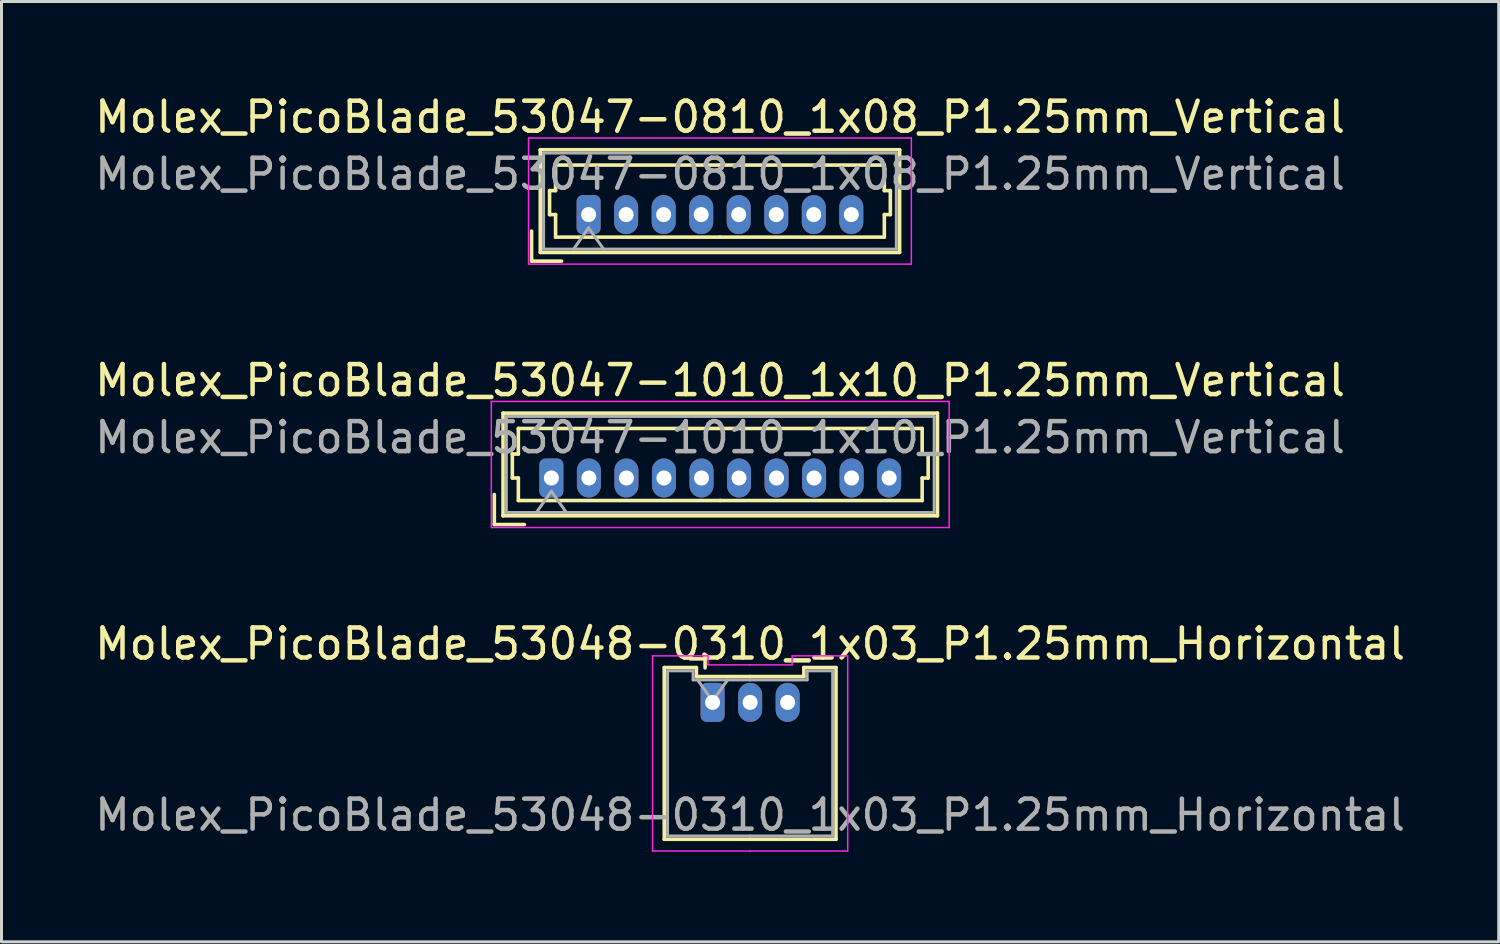
<source format=kicad_pcb>
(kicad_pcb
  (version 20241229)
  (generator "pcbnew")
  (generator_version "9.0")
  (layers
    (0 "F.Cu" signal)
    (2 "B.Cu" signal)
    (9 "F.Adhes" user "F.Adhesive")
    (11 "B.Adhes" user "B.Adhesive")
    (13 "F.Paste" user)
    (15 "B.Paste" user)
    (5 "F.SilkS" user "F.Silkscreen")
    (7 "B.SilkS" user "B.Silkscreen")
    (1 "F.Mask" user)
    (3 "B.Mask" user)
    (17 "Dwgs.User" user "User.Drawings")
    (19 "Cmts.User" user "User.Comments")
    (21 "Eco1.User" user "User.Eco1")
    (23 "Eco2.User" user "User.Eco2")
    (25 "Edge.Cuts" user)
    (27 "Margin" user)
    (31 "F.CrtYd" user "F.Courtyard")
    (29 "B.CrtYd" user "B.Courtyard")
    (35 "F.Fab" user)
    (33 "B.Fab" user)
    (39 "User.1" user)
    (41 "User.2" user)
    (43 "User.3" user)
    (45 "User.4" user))
  (footprint "Molex_PicoBlade_53047-0810_1x08_P1.25mm_Vertical"
    (layer "F.Cu")
    (at 16.555 4.098)
    (property "Reference" "Molex_PicoBlade_53047-0810_1x08_P1.25mm_Vertical" (at 4.38 -3.25 0) (layer "F.SilkS") (effects (font (size 1 1) (thickness 0.15))))
    (attr through_hole)
    (fp_line (start -1.9 1.55) (end -1.9 0.55) (stroke (width 0.12) (type solid)) (layer "F.SilkS"))
    (fp_line (start -1.9 1.55) (end -0.9 1.55) (stroke (width 0.12) (type solid)) (layer "F.SilkS"))
    (fp_line (start -1.61 -2.16) (end -1.61 1.26) (stroke (width 0.12) (type solid)) (layer "F.SilkS"))
    (fp_line (start -1.61 1.26) (end 10.36 1.26) (stroke (width 0.12) (type solid)) (layer "F.SilkS"))
    (fp_line (start -1.3 -0.8) (end -1.1 -0.8) (stroke (width 0.12) (type solid)) (layer "F.SilkS"))
    (fp_line (start -1.3 0) (end -1.3 -0.8) (stroke (width 0.12) (type solid)) (layer "F.SilkS"))
    (fp_line (start -1.1 -1.65) (end 4.375 -1.65) (stroke (width 0.12) (type solid)) (layer "F.SilkS"))
    (fp_line (start -1.1 -0.8) (end -1.1 -1.65) (stroke (width 0.12) (type solid)) (layer "F.SilkS"))
    (fp_line (start -1.1 0) (end -1.3 0) (stroke (width 0.12) (type solid)) (layer "F.SilkS"))
    (fp_line (start -1.1 0.75) (end -1.1 0) (stroke (width 0.12) (type solid)) (layer "F.SilkS"))
    (fp_line (start 4.375 0.75) (end -1.1 0.75) (stroke (width 0.12) (type solid)) (layer "F.SilkS"))
    (fp_line (start 4.375 0.75) (end 9.85 0.75) (stroke (width 0.12) (type solid)) (layer "F.SilkS"))
    (fp_line (start 9.85 -1.65) (end 4.375 -1.65) (stroke (width 0.12) (type solid)) (layer "F.SilkS"))
    (fp_line (start 9.85 -0.8) (end 9.85 -1.65) (stroke (width 0.12) (type solid)) (layer "F.SilkS"))
    (fp_line (start 9.85 0) (end 10.05 0) (stroke (width 0.12) (type solid)) (layer "F.SilkS"))
    (fp_line (start 9.85 0.75) (end 9.85 0) (stroke (width 0.12) (type solid)) (layer "F.SilkS"))
    (fp_line (start 10.05 -0.8) (end 9.85 -0.8) (stroke (width 0.12) (type solid)) (layer "F.SilkS"))
    (fp_line (start 10.05 0) (end 10.05 -0.8) (stroke (width 0.12) (type solid)) (layer "F.SilkS"))
    (fp_line (start 10.36 -2.16) (end -1.61 -2.16) (stroke (width 0.12) (type solid)) (layer "F.SilkS"))
    (fp_line (start 10.36 1.26) (end 10.36 -2.16) (stroke (width 0.12) (type solid)) (layer "F.SilkS"))
    (fp_line (start -2 -2.55) (end -2 1.65) (stroke (width 0.05) (type solid)) (layer "F.CrtYd"))
    (fp_line (start -2 1.65) (end 10.75 1.65) (stroke (width 0.05) (type solid)) (layer "F.CrtYd"))
    (fp_line (start 10.75 -2.55) (end -2 -2.55) (stroke (width 0.05) (type solid)) (layer "F.CrtYd"))
    (fp_line (start 10.75 1.65) (end 10.75 -2.55) (stroke (width 0.05) (type solid)) (layer "F.CrtYd"))
    (fp_line (start -1.5 -2.05) (end -1.5 1.15) (stroke (width 0.1) (type solid)) (layer "F.Fab"))
    (fp_line (start -1.5 1.15) (end 10.25 1.15) (stroke (width 0.1) (type solid)) (layer "F.Fab"))
    (fp_line (start -0.5 1.15) (end 0 0.443) (stroke (width 0.1) (type solid)) (layer "F.Fab"))
    (fp_line (start 0 0.443) (end 0.5 1.15) (stroke (width 0.1) (type solid)) (layer "F.Fab"))
    (fp_line (start 10.25 -2.05) (end -1.5 -2.05) (stroke (width 0.1) (type solid)) (layer "F.Fab"))
    (fp_line (start 10.25 1.15) (end 10.25 -2.05) (stroke (width 0.1) (type solid)) (layer "F.Fab"))
    (fp_text user "${REFERENCE}" (at 4.38 -1.35 0) (layer "F.Fab") (effects (font (size 1 1) (thickness 0.15))))
    (pad "1" thru_hole roundrect (at 0 0) (size 0.8 1.3) (drill 0.5) (layers "*.Cu" "*.Mask") (roundrect_rratio 0.25))
    (pad "2" thru_hole oval (at 1.25 0) (size 0.8 1.3) (drill 0.5) (layers "*.Cu" "*.Mask"))
    (pad "3" thru_hole oval (at 2.5 0) (size 0.8 1.3) (drill 0.5) (layers "*.Cu" "*.Mask"))
    (pad "4" thru_hole oval (at 3.75 0) (size 0.8 1.3) (drill 0.5) (layers "*.Cu" "*.Mask"))
    (pad "5" thru_hole oval (at 5 0) (size 0.8 1.3) (drill 0.5) (layers "*.Cu" "*.Mask"))
    (pad "6" thru_hole oval (at 6.25 0) (size 0.8 1.3) (drill 0.5) (layers "*.Cu" "*.Mask"))
    (pad "7" thru_hole oval (at 7.5 0) (size 0.8 1.3) (drill 0.5) (layers "*.Cu" "*.Mask"))
    (pad "8" thru_hole oval (at 8.75 0) (size 0.8 1.3) (drill 0.5) (layers "*.Cu" "*.Mask")))
  (footprint "Molex_PicoBlade_53048-0310_1x03_P1.25mm_Horizontal"
    (layer "F.Cu")
    (at 20.685 20.345)
    (property "Reference" "Molex_PicoBlade_53048-0310_1x03_P1.25mm_Horizontal" (at 1.25 -1.95 0) (layer "F.SilkS") (effects (font (size 1 1) (thickness 0.15))))
    (attr through_hole)
    (fp_line (start -1.61 -1.16) (end -1.61 4.56) (stroke (width 0.12) (type solid)) (layer "F.SilkS"))
    (fp_line (start -1.61 4.56) (end 1.25 4.56) (stroke (width 0.12) (type solid)) (layer "F.SilkS"))
    (fp_line (start -0.54 -1.16) (end -1.61 -1.16) (stroke (width 0.12) (type solid)) (layer "F.SilkS"))
    (fp_line (start -0.54 -0.86) (end -0.54 -1.16) (stroke (width 0.12) (type solid)) (layer "F.SilkS"))
    (fp_line (start -0.25 -1.45) (end -0.75 -1.45) (stroke (width 0.12) (type solid)) (layer "F.SilkS"))
    (fp_line (start -0.25 -1.15) (end -0.25 -1.45) (stroke (width 0.12) (type solid)) (layer "F.SilkS"))
    (fp_line (start 1.25 -0.86) (end -0.54 -0.86) (stroke (width 0.12) (type solid)) (layer "F.SilkS"))
    (fp_line (start 1.25 -0.86) (end 3.04 -0.86) (stroke (width 0.12) (type solid)) (layer "F.SilkS"))
    (fp_line (start 3.04 -1.16) (end 4.11 -1.16) (stroke (width 0.12) (type solid)) (layer "F.SilkS"))
    (fp_line (start 3.04 -0.86) (end 3.04 -1.16) (stroke (width 0.12) (type solid)) (layer "F.SilkS"))
    (fp_line (start 4.11 -1.16) (end 4.11 4.56) (stroke (width 0.12) (type solid)) (layer "F.SilkS"))
    (fp_line (start 4.11 4.56) (end 1.25 4.56) (stroke (width 0.12) (type solid)) (layer "F.SilkS"))
    (fp_line (start -2 -1.55) (end -2 4.95) (stroke (width 0.05) (type solid)) (layer "F.CrtYd"))
    (fp_line (start -2 4.95) (end 1.25 4.95) (stroke (width 0.05) (type solid)) (layer "F.CrtYd"))
    (fp_line (start -0.15 -1.55) (end -2 -1.55) (stroke (width 0.05) (type solid)) (layer "F.CrtYd"))
    (fp_line (start -0.15 -1.25) (end -0.15 -1.55) (stroke (width 0.05) (type solid)) (layer "F.CrtYd"))
    (fp_line (start 1.25 -1.25) (end -0.15 -1.25) (stroke (width 0.05) (type solid)) (layer "F.CrtYd"))
    (fp_line (start 1.25 -1.25) (end 2.65 -1.25) (stroke (width 0.05) (type solid)) (layer "F.CrtYd"))
    (fp_line (start 2.65 -1.55) (end 4.5 -1.55) (stroke (width 0.05) (type solid)) (layer "F.CrtYd"))
    (fp_line (start 2.65 -1.25) (end 2.65 -1.55) (stroke (width 0.05) (type solid)) (layer "F.CrtYd"))
    (fp_line (start 4.5 -1.55) (end 4.5 4.95) (stroke (width 0.05) (type solid)) (layer "F.CrtYd"))
    (fp_line (start 4.5 4.95) (end 1.25 4.95) (stroke (width 0.05) (type solid)) (layer "F.CrtYd"))
    (fp_line (start -1.5 -1.05) (end -1.5 4.45) (stroke (width 0.1) (type solid)) (layer "F.Fab"))
    (fp_line (start -1.5 4.45) (end 1.25 4.45) (stroke (width 0.1) (type solid)) (layer "F.Fab"))
    (fp_line (start -0.65 -1.05) (end -1.5 -1.05) (stroke (width 0.1) (type solid)) (layer "F.Fab"))
    (fp_line (start -0.65 -0.75) (end -0.65 -1.05) (stroke (width 0.1) (type solid)) (layer "F.Fab"))
    (fp_line (start -0.5 -0.75) (end 0 -0.043) (stroke (width 0.1) (type solid)) (layer "F.Fab"))
    (fp_line (start 0 -0.043) (end 0.5 -0.75) (stroke (width 0.1) (type solid)) (layer "F.Fab"))
    (fp_line (start 1.25 -0.75) (end -0.65 -0.75) (stroke (width 0.1) (type solid)) (layer "F.Fab"))
    (fp_line (start 1.25 -0.75) (end 3.15 -0.75) (stroke (width 0.1) (type solid)) (layer "F.Fab"))
    (fp_line (start 3.15 -1.05) (end 4 -1.05) (stroke (width 0.1) (type solid)) (layer "F.Fab"))
    (fp_line (start 3.15 -0.75) (end 3.15 -1.05) (stroke (width 0.1) (type solid)) (layer "F.Fab"))
    (fp_line (start 4 -1.05) (end 4 4.45) (stroke (width 0.1) (type solid)) (layer "F.Fab"))
    (fp_line (start 4 4.45) (end 1.25 4.45) (stroke (width 0.1) (type solid)) (layer "F.Fab"))
    (fp_text user "${REFERENCE}" (at 1.25 3.75 0) (layer "F.Fab") (effects (font (size 1 1) (thickness 0.15))))
    (pad "1" thru_hole roundrect (at 0 0) (size 0.8 1.3) (drill 0.5) (layers "*.Cu" "*.Mask") (roundrect_rratio 0.25))
    (pad "2" thru_hole oval (at 1.25 0) (size 0.8 1.3) (drill 0.5) (layers "*.Cu" "*.Mask"))
    (pad "3" thru_hole oval (at 2.5 0) (size 0.8 1.3) (drill 0.5) (layers "*.Cu" "*.Mask")))
  (footprint "Molex_PicoBlade_53047-1010_1x10_P1.25mm_Vertical"
    (layer "F.Cu")
    (at 15.315 12.871)
    (property "Reference" "Molex_PicoBlade_53047-1010_1x10_P1.25mm_Vertical" (at 5.62 -3.25 0) (layer "F.SilkS") (effects (font (size 1 1) (thickness 0.15))))
    (attr through_hole)
    (fp_line (start -1.9 1.55) (end -1.9 0.55) (stroke (width 0.12) (type solid)) (layer "F.SilkS"))
    (fp_line (start -1.9 1.55) (end -0.9 1.55) (stroke (width 0.12) (type solid)) (layer "F.SilkS"))
    (fp_line (start -1.61 -2.16) (end -1.61 1.26) (stroke (width 0.12) (type solid)) (layer "F.SilkS"))
    (fp_line (start -1.61 1.26) (end 12.86 1.26) (stroke (width 0.12) (type solid)) (layer "F.SilkS"))
    (fp_line (start -1.3 -0.8) (end -1.1 -0.8) (stroke (width 0.12) (type solid)) (layer "F.SilkS"))
    (fp_line (start -1.3 0) (end -1.3 -0.8) (stroke (width 0.12) (type solid)) (layer "F.SilkS"))
    (fp_line (start -1.1 -1.65) (end 5.625 -1.65) (stroke (width 0.12) (type solid)) (layer "F.SilkS"))
    (fp_line (start -1.1 -0.8) (end -1.1 -1.65) (stroke (width 0.12) (type solid)) (layer "F.SilkS"))
    (fp_line (start -1.1 0) (end -1.3 0) (stroke (width 0.12) (type solid)) (layer "F.SilkS"))
    (fp_line (start -1.1 0.75) (end -1.1 0) (stroke (width 0.12) (type solid)) (layer "F.SilkS"))
    (fp_line (start 5.625 0.75) (end -1.1 0.75) (stroke (width 0.12) (type solid)) (layer "F.SilkS"))
    (fp_line (start 5.625 0.75) (end 12.35 0.75) (stroke (width 0.12) (type solid)) (layer "F.SilkS"))
    (fp_line (start 12.35 -1.65) (end 5.625 -1.65) (stroke (width 0.12) (type solid)) (layer "F.SilkS"))
    (fp_line (start 12.35 -0.8) (end 12.35 -1.65) (stroke (width 0.12) (type solid)) (layer "F.SilkS"))
    (fp_line (start 12.35 0) (end 12.55 0) (stroke (width 0.12) (type solid)) (layer "F.SilkS"))
    (fp_line (start 12.35 0.75) (end 12.35 0) (stroke (width 0.12) (type solid)) (layer "F.SilkS"))
    (fp_line (start 12.55 -0.8) (end 12.35 -0.8) (stroke (width 0.12) (type solid)) (layer "F.SilkS"))
    (fp_line (start 12.55 0) (end 12.55 -0.8) (stroke (width 0.12) (type solid)) (layer "F.SilkS"))
    (fp_line (start 12.86 -2.16) (end -1.61 -2.16) (stroke (width 0.12) (type solid)) (layer "F.SilkS"))
    (fp_line (start 12.86 1.26) (end 12.86 -2.16) (stroke (width 0.12) (type solid)) (layer "F.SilkS"))
    (fp_line (start -2 -2.55) (end -2 1.65) (stroke (width 0.05) (type solid)) (layer "F.CrtYd"))
    (fp_line (start -2 1.65) (end 13.25 1.65) (stroke (width 0.05) (type solid)) (layer "F.CrtYd"))
    (fp_line (start 13.25 -2.55) (end -2 -2.55) (stroke (width 0.05) (type solid)) (layer "F.CrtYd"))
    (fp_line (start 13.25 1.65) (end 13.25 -2.55) (stroke (width 0.05) (type solid)) (layer "F.CrtYd"))
    (fp_line (start -1.5 -2.05) (end -1.5 1.15) (stroke (width 0.1) (type solid)) (layer "F.Fab"))
    (fp_line (start -1.5 1.15) (end 12.75 1.15) (stroke (width 0.1) (type solid)) (layer "F.Fab"))
    (fp_line (start -0.5 1.15) (end 0 0.443) (stroke (width 0.1) (type solid)) (layer "F.Fab"))
    (fp_line (start 0 0.443) (end 0.5 1.15) (stroke (width 0.1) (type solid)) (layer "F.Fab"))
    (fp_line (start 12.75 -2.05) (end -1.5 -2.05) (stroke (width 0.1) (type solid)) (layer "F.Fab"))
    (fp_line (start 12.75 1.15) (end 12.75 -2.05) (stroke (width 0.1) (type solid)) (layer "F.Fab"))
    (fp_text user "${REFERENCE}" (at 5.62 -1.35 0) (layer "F.Fab") (effects (font (size 1 1) (thickness 0.15))))
    (pad "1" thru_hole roundrect (at 0 0) (size 0.8 1.3) (drill 0.5) (layers "*.Cu" "*.Mask") (roundrect_rratio 0.25))
    (pad "2" thru_hole oval (at 1.25 0) (size 0.8 1.3) (drill 0.5) (layers "*.Cu" "*.Mask"))
    (pad "3" thru_hole oval (at 2.5 0) (size 0.8 1.3) (drill 0.5) (layers "*.Cu" "*.Mask"))
    (pad "4" thru_hole oval (at 3.75 0) (size 0.8 1.3) (drill 0.5) (layers "*.Cu" "*.Mask"))
    (pad "5" thru_hole oval (at 5 0) (size 0.8 1.3) (drill 0.5) (layers "*.Cu" "*.Mask"))
    (pad "6" thru_hole oval (at 6.25 0) (size 0.8 1.3) (drill 0.5) (layers "*.Cu" "*.Mask"))
    (pad "7" thru_hole oval (at 7.5 0) (size 0.8 1.3) (drill 0.5) (layers "*.Cu" "*.Mask"))
    (pad "8" thru_hole oval (at 8.75 0) (size 0.8 1.3) (drill 0.5) (layers "*.Cu" "*.Mask"))
    (pad "9" thru_hole oval (at 10 0) (size 0.8 1.3) (drill 0.5) (layers "*.Cu" "*.Mask"))
    (pad "10" thru_hole oval (at 11.25 0) (size 0.8 1.3) (drill 0.5) (layers "*.Cu" "*.Mask")))
  (gr_rect
    (start -3 -3)
    (end 46.869 28.32)
    (stroke (width 0.1) (type default))
    (fill no)
    (layer "Edge.Cuts")))
</source>
